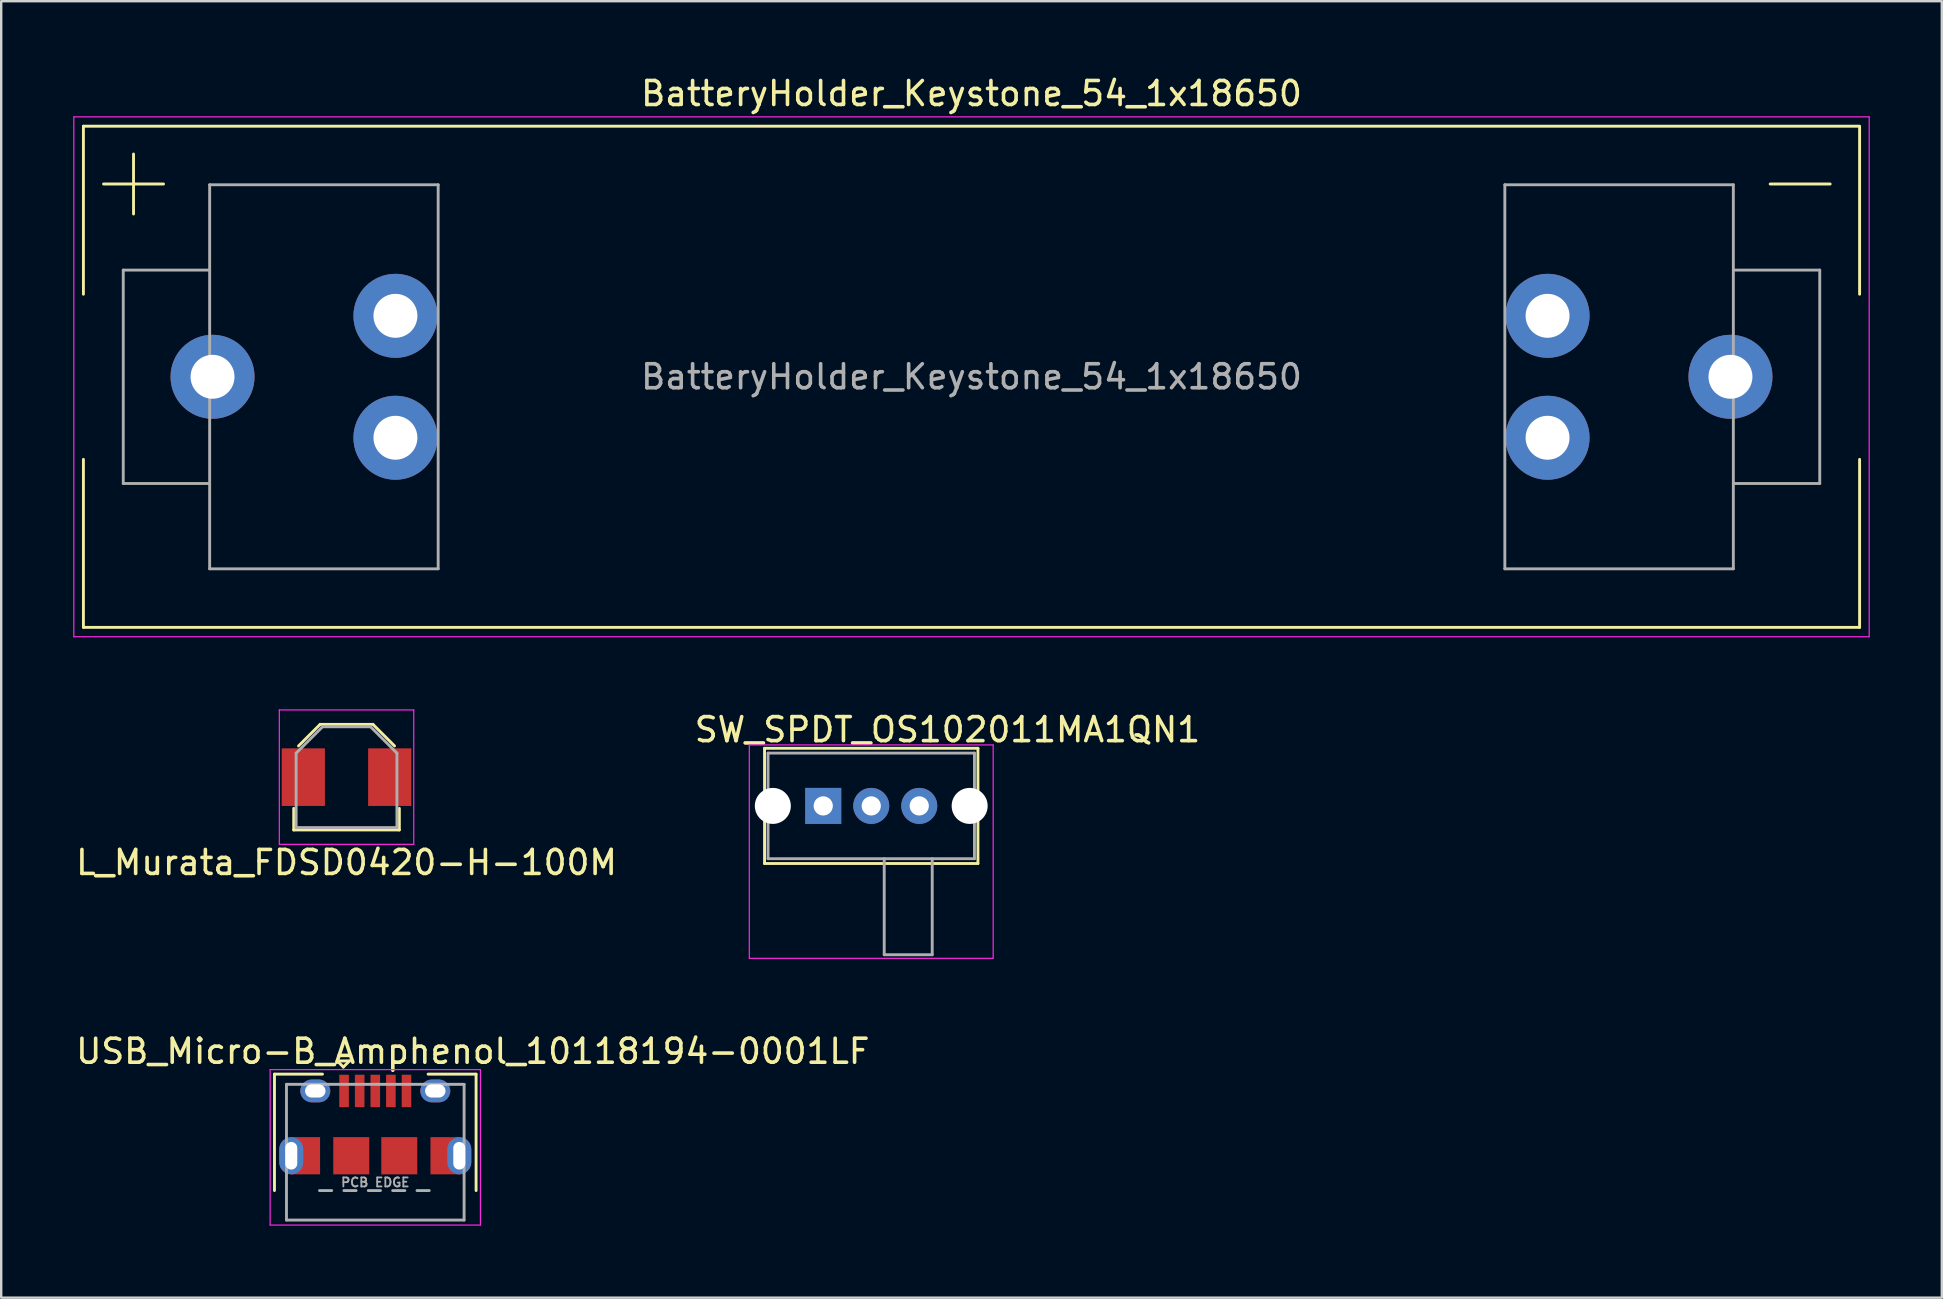
<source format=kicad_pcb>
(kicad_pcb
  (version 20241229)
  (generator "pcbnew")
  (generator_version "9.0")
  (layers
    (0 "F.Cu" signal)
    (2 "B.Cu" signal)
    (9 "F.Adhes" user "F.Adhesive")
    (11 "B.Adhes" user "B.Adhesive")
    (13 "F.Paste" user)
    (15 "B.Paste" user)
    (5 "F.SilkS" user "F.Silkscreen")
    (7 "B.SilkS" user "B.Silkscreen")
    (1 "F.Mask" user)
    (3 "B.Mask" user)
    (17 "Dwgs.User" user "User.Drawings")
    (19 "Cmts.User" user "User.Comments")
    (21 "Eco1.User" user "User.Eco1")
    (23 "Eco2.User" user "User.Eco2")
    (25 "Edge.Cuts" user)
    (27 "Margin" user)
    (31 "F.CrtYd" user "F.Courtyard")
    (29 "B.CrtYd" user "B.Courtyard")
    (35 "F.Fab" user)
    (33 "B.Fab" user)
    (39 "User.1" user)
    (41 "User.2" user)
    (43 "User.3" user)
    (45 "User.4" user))
  (footprint "BatteryHolder_Keystone_54_1x18650"
    (layer "F.Cu")
    (at 37.425 12.648)
    (property "Reference" "BatteryHolder_Keystone_54_1x18650" (at 0 -11.8 0) (layer "F.SilkS") (effects (font (size 1 1) (thickness 0.15))))
    (attr smd)
    (fp_line (start -37 -10.44) (end -37 -3.44) (stroke (width 0.12) (type solid)) (layer "F.SilkS"))
    (fp_line (start -37 10.44) (end -37 3.44) (stroke (width 0.12) (type solid)) (layer "F.SilkS"))
    (fp_line (start -36.162 -8.032) (end -33.662 -8.032) (stroke (width 0.12) (type solid)) (layer "F.SilkS"))
    (fp_line (start -34.912 -6.782) (end -34.912 -9.282) (stroke (width 0.12) (type solid)) (layer "F.SilkS"))
    (fp_line (start 35.774 -8.032) (end 33.274 -8.032) (stroke (width 0.12) (type solid)) (layer "F.SilkS"))
    (fp_line (start 37 -10.44) (end -37 -10.44) (stroke (width 0.12) (type solid)) (layer "F.SilkS"))
    (fp_line (start 37 -3.44) (end 37 -10.42) (stroke (width 0.12) (type solid)) (layer "F.SilkS"))
    (fp_line (start 37 3.44) (end 37 10.44) (stroke (width 0.12) (type solid)) (layer "F.SilkS"))
    (fp_line (start 37 10.44) (end -37 10.44) (stroke (width 0.12) (type solid)) (layer "F.SilkS"))
    (fp_line (start -37.4 -10.83) (end -37.4 10.83) (stroke (width 0.05) (type solid)) (layer "F.CrtYd"))
    (fp_line (start -37.4 -10.83) (end 37.4 -10.83) (stroke (width 0.05) (type solid)) (layer "F.CrtYd"))
    (fp_line (start -37.4 10.83) (end 37.4 10.83) (stroke (width 0.05) (type solid)) (layer "F.CrtYd"))
    (fp_line (start 37.4 -10.83) (end 37.4 10.83) (stroke (width 0.05) (type solid)) (layer "F.CrtYd"))
    (fp_line (start -35.34 -4.445) (end -35.34 4.445) (stroke (width 0.12) (type solid)) (layer "F.Fab"))
    (fp_line (start -35.34 4.445) (end -31.74 4.445) (stroke (width 0.12) (type solid)) (layer "F.Fab"))
    (fp_line (start -31.74 -8) (end -22.22 -8) (stroke (width 0.12) (type solid)) (layer "F.Fab"))
    (fp_line (start -31.74 -4.445) (end -35.34 -4.445) (stroke (width 0.12) (type solid)) (layer "F.Fab"))
    (fp_line (start -31.74 8) (end -31.74 -8) (stroke (width 0.12) (type solid)) (layer "F.Fab"))
    (fp_line (start -22.22 -8) (end -22.22 8) (stroke (width 0.12) (type solid)) (layer "F.Fab"))
    (fp_line (start -22.22 8) (end -31.74 8) (stroke (width 0.12) (type solid)) (layer "F.Fab"))
    (fp_line (start 22.22 -8) (end 22.22 8) (stroke (width 0.12) (type solid)) (layer "F.Fab"))
    (fp_line (start 22.22 8) (end 31.74 8) (stroke (width 0.12) (type solid)) (layer "F.Fab"))
    (fp_line (start 31.74 -8) (end 22.22 -8) (stroke (width 0.12) (type solid)) (layer "F.Fab"))
    (fp_line (start 31.74 -4.445) (end 35.34 -4.445) (stroke (width 0.12) (type solid)) (layer "F.Fab"))
    (fp_line (start 31.74 8) (end 31.74 -8) (stroke (width 0.12) (type solid)) (layer "F.Fab"))
    (fp_line (start 35.34 -4.445) (end 35.34 4.445) (stroke (width 0.12) (type solid)) (layer "F.Fab"))
    (fp_line (start 35.34 4.445) (end 31.74 4.445) (stroke (width 0.12) (type solid)) (layer "F.Fab"))
    (fp_text user "${REFERENCE}" (at 0 0 0) (layer "F.Fab") (effects (font (size 1 1) (thickness 0.15))))
    (pad "1" thru_hole circle (at -31.62 0) (size 3.5 3.5) (drill 1.83) (layers "*.Cu" "*.Mask"))
    (pad "1" thru_hole circle (at -24 -2.54) (size 3.5 3.5) (drill 1.83) (layers "*.Cu" "*.Mask"))
    (pad "1" thru_hole circle (at -24 2.54) (size 3.5 3.5) (drill 1.83) (layers "*.Cu" "*.Mask"))
    (pad "2" thru_hole circle (at 24 -2.54) (size 3.5 3.5) (drill 1.83) (layers "*.Cu" "*.Mask"))
    (pad "2" thru_hole circle (at 24 2.54) (size 3.5 3.5) (drill 1.83) (layers "*.Cu" "*.Mask"))
    (pad "2" thru_hole circle (at 31.62 0) (size 3.5 3.5) (drill 1.83) (layers "*.Cu" "*.Mask")))
  (footprint "USB_Micro-B_Amphenol_10118194-0001LF"
    (layer "F.Cu")
    (at 12.585 42.401)
    (property "Reference" "USB_Micro-B_Amphenol_10118194-0001LF" (at 4.064 -1.651 0) (layer "F.SilkS") (effects (font (size 1 1) (thickness 0.15))))
    (attr through_hole)
    (fp_line (start -4.2 -0.7) (end -2.2 -0.7) (stroke (width 0.12) (type solid)) (layer "F.SilkS"))
    (fp_line (start -4.2 4.15) (end -4.2 -0.7) (stroke (width 0.12) (type solid)) (layer "F.SilkS"))
    (fp_line (start -1.584 -1.25) (end -1.33 -0.996) (stroke (width 0.12) (type solid)) (layer "F.SilkS"))
    (fp_line (start -1.33 -0.996) (end -1.076 -1.25) (stroke (width 0.12) (type solid)) (layer "F.SilkS"))
    (fp_line (start -1.076 -1.25) (end -1.584 -1.25) (stroke (width 0.12) (type solid)) (layer "F.SilkS"))
    (fp_line (start 4.2 -0.7) (end 2.2 -0.7) (stroke (width 0.12) (type solid)) (layer "F.SilkS"))
    (fp_line (start 4.2 4.15) (end 4.2 -0.7) (stroke (width 0.12) (type solid)) (layer "F.SilkS"))
    (fp_line (start -4.381 -0.889) (end -4.381 5.588) (stroke (width 0.05) (type solid)) (layer "F.CrtYd"))
    (fp_line (start -4.381 5.588) (end 4.381 5.588) (stroke (width 0.05) (type solid)) (layer "F.CrtYd"))
    (fp_line (start 4.381 -0.889) (end -4.381 -0.889) (stroke (width 0.05) (type solid)) (layer "F.CrtYd"))
    (fp_line (start 4.381 5.588) (end 4.381 -0.889) (stroke (width 0.05) (type solid)) (layer "F.CrtYd"))
    (fp_line (start -3.7 -0.275) (end 3.7 -0.275) (stroke (width 0.12) (type solid)) (layer "F.Fab"))
    (fp_line (start -3.7 5.38) (end -3.7 -0.275) (stroke (width 0.12) (type solid)) (layer "F.Fab"))
    (fp_line (start -2.324 4.15) (end -1.816 4.15) (stroke (width 0.12) (type solid)) (layer "F.Fab"))
    (fp_line (start -1.308 4.15) (end -0.8 4.15) (stroke (width 0.12) (type solid)) (layer "F.Fab"))
    (fp_line (start -0.292 4.15) (end 0.216 4.15) (stroke (width 0.12) (type solid)) (layer "F.Fab"))
    (fp_line (start 0.724 4.15) (end 1.232 4.15) (stroke (width 0.12) (type solid)) (layer "F.Fab"))
    (fp_line (start 1.74 4.15) (end 2.248 4.15) (stroke (width 0.12) (type solid)) (layer "F.Fab"))
    (fp_line (start 3.7 -0.275) (end 3.7 5.38) (stroke (width 0.12) (type solid)) (layer "F.Fab"))
    (fp_line (start 3.7 5.38) (end -3.7 5.38) (stroke (width 0.12) (type solid)) (layer "F.Fab"))
    (fp_text user "PCB EDGE" (at 0 3.81 0) (layer "F.Fab") (effects (font (size 0.375 0.375) (thickness 0.075))))
    (pad "" thru_hole roundrect (at -3.5 2.7) (size 1 1.55) (drill oval 0.5 1.15) (layers "*.Cu" "*.Mask") (roundrect_rratio 0.5))
    (pad "" smd rect (at -2.9 2.7) (size 1.2 1.55) (layers "F.Cu" "F.Mask" "F.Paste"))
    (pad "" thru_hole roundrect (at -2.5 0) (size 1.25 0.95) (drill oval 0.85 0.55) (layers "*.Cu" "*.Mask") (roundrect_rratio 0.5))
    (pad "" smd rect (at -1 2.7) (size 1.5 1.55) (layers "F.Cu" "F.Mask" "F.Paste"))
    (pad "" smd rect (at 1 2.7) (size 1.5 1.55) (layers "F.Cu" "F.Mask" "F.Paste"))
    (pad "" thru_hole roundrect (at 2.5 0) (size 1.25 0.95) (drill oval 0.85 0.55) (layers "*.Cu" "*.Mask") (roundrect_rratio 0.5))
    (pad "" smd rect (at 2.9 2.7) (size 1.2 1.55) (layers "F.Cu" "F.Mask" "F.Paste"))
    (pad "" thru_hole roundrect (at 3.5 2.7) (size 1 1.55) (drill oval 0.5 1.15) (layers "*.Cu" "*.Mask") (roundrect_rratio 0.5))
    (pad "1" smd rect (at -1.3 0) (size 0.4 1.35) (layers "F.Cu" "F.Mask" "F.Paste"))
    (pad "2" smd rect (at -0.65 0) (size 0.4 1.35) (layers "F.Cu" "F.Mask" "F.Paste"))
    (pad "3" smd rect (at 0 0) (size 0.4 1.35) (layers "F.Cu" "F.Mask" "F.Paste"))
    (pad "4" smd rect (at 0.65 0) (size 0.4 1.35) (layers "F.Cu" "F.Mask" "F.Paste"))
    (pad "5" smd rect (at 1.3 0) (size 0.4 1.35) (layers "F.Cu" "F.Mask" "F.Paste")))
  (footprint "SW_SPDT_OS102011MA1QN1"
    (layer "F.Cu")
    (at 33.248 30.526)
    (property "Reference" "SW_SPDT_OS102011MA1QN1" (at 3.175 -3.175 0) (layer "F.SilkS") (effects (font (size 1 1) (thickness 0.15))))
    (attr through_hole)
    (fp_line (start -4.445 -2.4) (end 4.445 -2.4) (stroke (width 0.12) (type solid)) (layer "F.SilkS"))
    (fp_line (start -4.445 2.4) (end -4.445 -2.4) (stroke (width 0.12) (type solid)) (layer "F.SilkS"))
    (fp_line (start 4.445 -2.4) (end 4.445 2.4) (stroke (width 0.12) (type solid)) (layer "F.SilkS"))
    (fp_line (start 4.445 2.4) (end -4.445 2.4) (stroke (width 0.12) (type solid)) (layer "F.SilkS"))
    (fp_line (start -5.08 -2.54) (end 5.08 -2.54) (stroke (width 0.05) (type solid)) (layer "F.CrtYd"))
    (fp_line (start -5.08 6.35) (end -5.08 -2.54) (stroke (width 0.05) (type solid)) (layer "F.CrtYd"))
    (fp_line (start 5.08 -2.54) (end 5.08 6.35) (stroke (width 0.05) (type solid)) (layer "F.CrtYd"))
    (fp_line (start 5.08 6.35) (end -5.08 6.35) (stroke (width 0.05) (type solid)) (layer "F.CrtYd"))
    (fp_line (start -4.3 -2.2) (end 4.3 -2.2) (stroke (width 0.12) (type solid)) (layer "F.Fab"))
    (fp_line (start -4.3 2.2) (end -4.3 -2.2) (stroke (width 0.12) (type solid)) (layer "F.Fab"))
    (fp_line (start 0.54 6.2) (end 0.54 2.2) (stroke (width 0.12) (type solid)) (layer "F.Fab"))
    (fp_line (start 0.54 6.2) (end 2.54 6.2) (stroke (width 0.12) (type solid)) (layer "F.Fab"))
    (fp_line (start 2.54 2.2) (end 2.54 6.2) (stroke (width 0.12) (type solid)) (layer "F.Fab"))
    (fp_line (start 4.3 -2.2) (end 4.3 2.2) (stroke (width 0.12) (type solid)) (layer "F.Fab"))
    (fp_line (start 4.3 2.2) (end -4.3 2.2) (stroke (width 0.12) (type solid)) (layer "F.Fab"))
    (pad "" np_thru_hole circle (at -4.1 0) (size 1.5 1.5) (drill 1.5) (layers "*.Cu" "*.Mask"))
    (pad "" np_thru_hole circle (at 4.1 0) (size 1.5 1.5) (drill 1.5) (layers "*.Cu" "*.Mask"))
    (pad "1" thru_hole rect (at -2 0) (size 1.5 1.5) (drill 0.8) (layers "*.Cu" "*.Mask"))
    (pad "2" thru_hole circle (at 0 0) (size 1.5 1.5) (drill 0.8) (layers "*.Cu" "*.Mask"))
    (pad "3" thru_hole circle (at 2 0) (size 1.5 1.5) (drill 0.8) (layers "*.Cu" "*.Mask")))
  (footprint "L_Murata_FDSD0420-H-100M"
    (layer "F.Cu")
    (at 11.387 29.328)
    (property "Reference" "L_Murata_FDSD0420-H-100M" (at 0 3.556 0) (layer "F.SilkS") (effects (font (size 1 1) (thickness 0.15))))
    (attr through_hole)
    (fp_line (start -2.2 1.3) (end -2.2 2.2) (stroke (width 0.12) (type solid)) (layer "F.SilkS"))
    (fp_line (start -2.2 2.2) (end 2.2 2.2) (stroke (width 0.12) (type solid)) (layer "F.SilkS"))
    (fp_line (start -1.1 -2.2) (end -2 -1.3) (stroke (width 0.12) (type solid)) (layer "F.SilkS"))
    (fp_line (start 1.1 -2.2) (end -1.1 -2.2) (stroke (width 0.12) (type solid)) (layer "F.SilkS"))
    (fp_line (start 2 -1.3) (end 1.1 -2.2) (stroke (width 0.12) (type solid)) (layer "F.SilkS"))
    (fp_line (start 2.2 2.2) (end 2.2 1.3) (stroke (width 0.12) (type solid)) (layer "F.SilkS"))
    (fp_line (start -2.8 -2.8) (end 2.8 -2.8) (stroke (width 0.05) (type solid)) (layer "F.CrtYd"))
    (fp_line (start -2.8 2.8) (end -2.8 -2.8) (stroke (width 0.05) (type solid)) (layer "F.CrtYd"))
    (fp_line (start 2.8 -2.8) (end 2.8 2.8) (stroke (width 0.05) (type solid)) (layer "F.CrtYd"))
    (fp_line (start 2.8 2.8) (end -2.8 2.8) (stroke (width 0.05) (type solid)) (layer "F.CrtYd"))
    (fp_line (start -2.1 -1) (end -1 -2.1) (stroke (width 0.12) (type solid)) (layer "F.Fab"))
    (fp_line (start -2.1 2.1) (end -2.1 -1) (stroke (width 0.12) (type solid)) (layer "F.Fab"))
    (fp_line (start -1 -2.1) (end 1 -2.1) (stroke (width 0.12) (type solid)) (layer "F.Fab"))
    (fp_line (start 1 -2.1) (end 2.1 -1) (stroke (width 0.12) (type solid)) (layer "F.Fab"))
    (fp_line (start 2.1 -1) (end 2.1 2.1) (stroke (width 0.12) (type solid)) (layer "F.Fab"))
    (fp_line (start 2.1 2.1) (end -2.1 2.1) (stroke (width 0.12) (type solid)) (layer "F.Fab"))
    (pad "1" smd rect (at -1.8 0) (size 1.8 2.4) (layers "F.Cu" "F.Mask" "F.Paste"))
    (pad "2" smd rect (at 1.8 0) (size 1.8 2.4) (layers "F.Cu" "F.Mask" "F.Paste")))
  (gr_rect
    (start -3 -3)
    (end 77.85 51.014)
    (stroke (width 0.1) (type default))
    (fill no)
    (layer "Edge.Cuts")))
</source>
